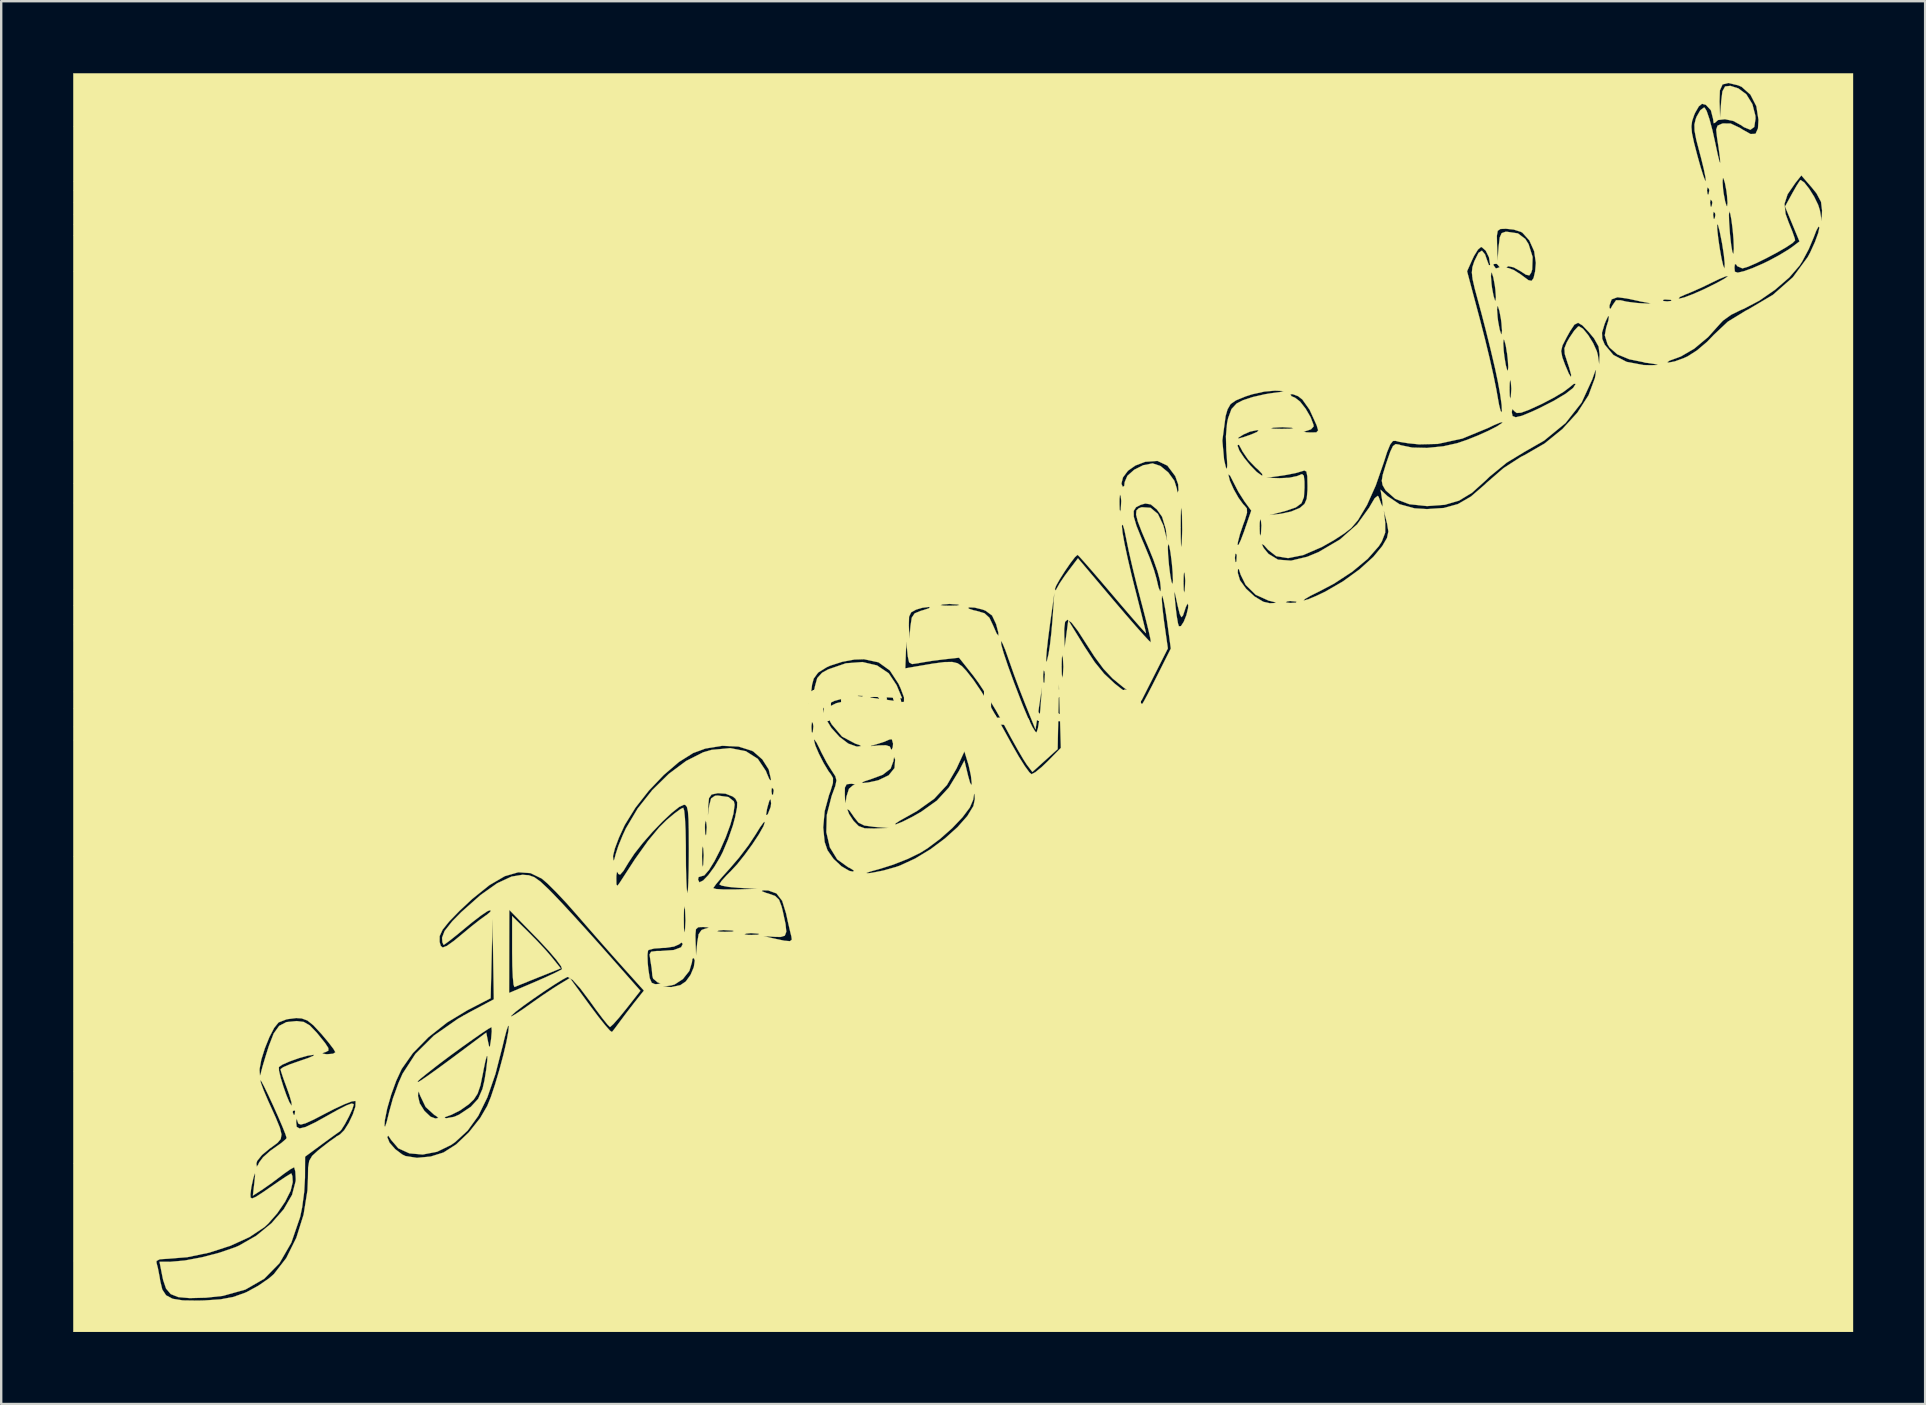
<source format=kicad_pcb>
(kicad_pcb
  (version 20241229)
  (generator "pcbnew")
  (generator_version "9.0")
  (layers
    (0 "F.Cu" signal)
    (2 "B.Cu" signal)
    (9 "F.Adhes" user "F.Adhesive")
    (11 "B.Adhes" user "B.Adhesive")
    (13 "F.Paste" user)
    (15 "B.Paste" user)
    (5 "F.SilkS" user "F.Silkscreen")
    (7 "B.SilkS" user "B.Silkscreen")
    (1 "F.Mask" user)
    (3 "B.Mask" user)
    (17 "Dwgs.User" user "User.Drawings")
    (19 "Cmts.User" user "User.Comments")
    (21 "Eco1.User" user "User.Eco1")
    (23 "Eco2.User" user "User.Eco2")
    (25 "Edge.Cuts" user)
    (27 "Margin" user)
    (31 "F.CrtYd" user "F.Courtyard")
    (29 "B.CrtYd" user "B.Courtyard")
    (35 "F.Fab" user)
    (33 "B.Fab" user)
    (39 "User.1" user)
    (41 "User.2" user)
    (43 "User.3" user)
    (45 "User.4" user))
  (footprint "farewell_logo"
    (layer "F.Cu")
    (at 37.089 26.167)
    (property "Reference" "farewell_logo" (at 0 0 0) (layer "F.SilkS") (effects (font (size 1.524 1.524) (thickness 0.3))))
    (attr through_hole)
    (fp_poly (pts (xy -18.151 9.593) (xy -17.758 9.992) (xy -17.381 10.398) (xy -17.139 10.681) (xy -16.772 11.139) (xy -17.687 11.507) (xy -18.134 11.687) (xy -18.488 11.83) (xy -18.684 11.911) (xy -18.699 11.917) (xy -18.737 11.815) (xy -18.767 11.507) (xy -18.788 11.041) (xy -18.796 10.463) (xy -18.796 8.963) (xy -18.151 9.593)) (stroke (width 0.01) (type solid)) (fill yes) (layer "F.SilkS"))
    (fp_poly (pts (xy 37.084 26.289) (xy -37.084 26.289) (xy -37.084 23.333) (xy -33.619 23.333) (xy -33.615 23.415) (xy -33.557 23.641) (xy -33.487 24.006) (xy -33.461 24.171) (xy -33.376 24.524) (xy -33.218 24.763) (xy -32.945 24.908) (xy -32.517 24.976) (xy -31.893 24.985) (xy -31.623 24.978) (xy -30.947 24.932) (xy -30.42 24.834) (xy -29.936 24.662) (xy -29.844 24.621) (xy -29.375 24.365) (xy -28.932 24.06) (xy -28.727 23.882) (xy -28.21 23.214) (xy -27.789 22.366) (xy -27.487 21.404) (xy -27.325 20.39) (xy -27.305 19.897) (xy -27.298 19.446) (xy -27.252 19.161) (xy -27.13 18.953) (xy -26.894 18.736) (xy -26.765 18.631) (xy -26.411 18.357) (xy -26.145 18.171) (xy -24.001 18.171) (xy -23.906 18.402) (xy -23.67 18.672) (xy -23.376 18.895) (xy -23.241 18.96) (xy -22.763 19.035) (xy -22.192 18.981) (xy -21.654 18.812) (xy -21.133 18.479) (xy -20.603 17.977) (xy -20.129 17.379) (xy -19.836 16.877) (xy -19.682 16.499) (xy -19.507 15.974) (xy -19.328 15.37) (xy -19.163 14.753) (xy -19.031 14.191) (xy -18.95 13.751) (xy -18.934 13.541) (xy -18.963 13.532) (xy -19.033 13.733) (xy -19.13 14.104) (xy -19.188 14.35) (xy -19.494 15.543) (xy -19.829 16.512) (xy -20.209 17.287) (xy -20.65 17.898) (xy -21.166 18.374) (xy -21.339 18.496) (xy -21.925 18.781) (xy -22.523 18.896) (xy -23.079 18.847) (xy -23.539 18.637) (xy -23.84 18.285) (xy -23.955 18.111) (xy -24.001 18.162) (xy -24.001 18.171) (xy -26.145 18.171) (xy -26.098 18.137) (xy -25.971 18.061) (xy -25.794 17.885) (xy -25.685 17.711) (xy -24.117 17.711) (xy -24.088 17.732) (xy -24.023 17.543) (xy -23.935 17.186) (xy -23.926 17.145) (xy -23.765 16.562) (xy -23.728 16.461) (xy -22.72 16.461) (xy -22.648 16.764) (xy -22.451 17.08) (xy -22.199 17.319) (xy -21.994 17.395) (xy -21.869 17.373) (xy -21.902 17.343) (xy -21.612 17.343) (xy -21.574 17.38) (xy -21.526 17.383) (xy -21.212 17.325) (xy -21.008 17.236) (xy -20.519 16.91) (xy -20.213 16.578) (xy -20.03 16.16) (xy -19.949 15.81) (xy -19.876 15.36) (xy -19.832 14.978) (xy -19.826 14.804) (xy -19.852 14.791) (xy -19.909 14.989) (xy -19.986 15.356) (xy -20.011 15.494) (xy -20.118 16.014) (xy -20.235 16.358) (xy -20.396 16.605) (xy -20.6 16.8) (xy -20.963 17.056) (xy -21.33 17.241) (xy -21.399 17.265) (xy -21.612 17.343) (xy -21.902 17.343) (xy -21.963 17.289) (xy -22.035 17.248) (xy -22.401 16.915) (xy -22.625 16.447) (xy -22.69 16.27) (xy -22.714 16.34) (xy -22.72 16.461) (xy -23.728 16.461) (xy -23.536 15.927) (xy -23.511 15.871) (xy -22.735 15.871) (xy -22.709 15.875) (xy -22.586 15.803) (xy -22.299 15.606) (xy -21.888 15.312) (xy -21.393 14.948) (xy -21.255 14.846) (xy -19.875 13.816) (xy -19.804 14.179) (xy -19.756 14.397) (xy -19.723 14.401) (xy -19.686 14.175) (xy -19.671 14.065) (xy -19.644 13.76) (xy -19.654 13.597) (xy -19.663 13.589) (xy -19.79 13.659) (xy -20.072 13.846) (xy -20.46 14.116) (xy -20.907 14.434) (xy -21.363 14.766) (xy -21.779 15.078) (xy -21.971 15.225) (xy -22.376 15.543) (xy -22.615 15.736) (xy -22.723 15.835) (xy -22.735 15.871) (xy -23.511 15.871) (xy -23.362 15.531) (xy -22.826 14.703) (xy -22.059 13.942) (xy -21.053 13.239) (xy -20.842 13.12) (xy -18.841 13.12) (xy -18.829 13.144) (xy -18.657 13.047) (xy -18.347 12.841) (xy -17.971 12.575) (xy -17.533 12.267) (xy -17.092 11.973) (xy -16.863 11.828) (xy -16.395 11.544) (xy -16.384 11.55) (xy -16.391 11.541) (xy -16.395 11.544) (xy -16.469 11.497) (xy -16.499 11.499) (xy -16.702 11.608) (xy -17.049 11.824) (xy -17.478 12.106) (xy -17.926 12.414) (xy -18.333 12.704) (xy -18.636 12.935) (xy -18.669 12.963) (xy -18.841 13.12) (xy -20.842 13.12) (xy -20.579 12.972) (xy -19.558 12.428) (xy -19.562 12.164) (xy -18.923 12.164) (xy -17.875 11.717) (xy -17.395 11.507) (xy -17.004 11.324) (xy -16.76 11.199) (xy -16.716 11.169) (xy -16.758 11.046) (xy -16.951 10.782) (xy -17.266 10.413) (xy -17.673 9.974) (xy -17.761 9.884) (xy -18.916 8.7) (xy -18.92 10.432) (xy -18.923 12.164) (xy -19.562 12.164) (xy -19.586 10.754) (xy -19.613 9.081) (xy -19.692 12.383) (xy -20.655 12.879) (xy -21.503 13.391) (xy -22.282 14.005) (xy -22.933 14.668) (xy -23.397 15.326) (xy -23.402 15.335) (xy -23.628 15.823) (xy -23.837 16.398) (xy -24.004 16.976) (xy -24.103 17.469) (xy -24.117 17.711) (xy -25.685 17.711) (xy -25.603 17.58) (xy -25.435 17.226) (xy -25.328 16.902) (xy -25.317 16.689) (xy -25.333 16.663) (xy -25.476 16.681) (xy -25.789 16.801) (xy -26.22 17.002) (xy -26.547 17.17) (xy -27.064 17.439) (xy -27.402 17.593) (xy -27.6 17.647) (xy -27.698 17.613) (xy -27.727 17.551) (xy -27.774 17.401) (xy -27.795 17.498) (xy -27.798 17.55) (xy -27.776 17.742) (xy -27.656 17.811) (xy -27.407 17.751) (xy -27 17.557) (xy -26.595 17.333) (xy -26.053 17.03) (xy -25.695 16.848) (xy -25.49 16.773) (xy -25.407 16.792) (xy -25.4 16.823) (xy -25.458 17.01) (xy -25.597 17.311) (xy -25.766 17.629) (xy -25.916 17.865) (xy -25.971 17.926) (xy -26.134 18.04) (xy -26.433 18.256) (xy -26.762 18.497) (xy -27.425 18.986) (xy -27.429 19.857) (xy -27.463 20.46) (xy -27.549 21.103) (xy -27.632 21.499) (xy -27.999 22.57) (xy -28.493 23.425) (xy -29.128 24.073) (xy -29.912 24.524) (xy -30.857 24.788) (xy -31.559 24.863) (xy -32.24 24.88) (xy -32.714 24.837) (xy -33.026 24.711) (xy -33.219 24.482) (xy -33.339 24.13) (xy -33.364 24.013) (xy -33.491 23.368) (xy -33.033 23.366) (xy -32.443 23.314) (xy -31.728 23.18) (xy -30.992 22.988) (xy -30.341 22.763) (xy -30.178 22.693) (xy -29.459 22.281) (xy -28.826 21.762) (xy -28.316 21.18) (xy -27.967 20.578) (xy -27.816 20.002) (xy -27.813 19.914) (xy -27.831 19.605) (xy -27.875 19.44) (xy -27.89 19.431) (xy -28.027 19.503) (xy -28.287 19.684) (xy -28.43 19.793) (xy -28.804 20.074) (xy -29.164 20.327) (xy -29.246 20.382) (xy -29.6 20.609) (xy -29.536 20.052) (xy -29.506 19.746) (xy -29.515 19.677) (xy -29.568 19.831) (xy -29.581 19.875) (xy -29.665 20.255) (xy -29.703 20.552) (xy -29.696 20.689) (xy -29.631 20.728) (xy -29.467 20.656) (xy -29.163 20.458) (xy -28.886 20.266) (xy -28.491 19.995) (xy -28.182 19.791) (xy -28.012 19.69) (xy -27.997 19.685) (xy -27.956 19.795) (xy -27.94 20.044) (xy -28.027 20.404) (xy -28.257 20.862) (xy -28.584 21.343) (xy -28.963 21.776) (xy -29.125 21.925) (xy -29.741 22.335) (xy -30.533 22.697) (xy -31.421 22.985) (xy -32.33 23.174) (xy -33.129 23.239) (xy -33.48 23.261) (xy -33.619 23.333) (xy -37.084 23.333) (xy -37.084 19.27) (xy -29.456 19.27) (xy -29.436 19.405) (xy -29.375 19.312) (xy -29.343 19.235) (xy -29.177 19.012) (xy -28.878 18.746) (xy -28.716 18.63) (xy -28.414 18.416) (xy -28.226 18.254) (xy -28.194 18.206) (xy -28.242 18.049) (xy -28.367 17.736) (xy -28.544 17.324) (xy -28.624 17.145) (xy -27.94 17.145) (xy -27.894 17.25) (xy -27.855 17.23) (xy -27.84 17.079) (xy -27.855 17.06) (xy -27.931 17.078) (xy -27.94 17.145) (xy -28.624 17.145) (xy -28.747 16.871) (xy -28.949 16.434) (xy -29.125 16.071) (xy -29.248 15.84) (xy -29.291 15.787) (xy -29.265 15.917) (xy -29.153 16.219) (xy -28.976 16.635) (xy -28.912 16.776) (xy -28.644 17.37) (xy -28.476 17.78) (xy -28.408 18.057) (xy -28.44 18.249) (xy -28.572 18.406) (xy -28.802 18.578) (xy -28.892 18.641) (xy -29.221 18.914) (xy -29.421 19.16) (xy -29.456 19.27) (xy -37.084 19.27) (xy -37.084 15.423) (xy -29.322 15.423) (xy -29.306 15.608) (xy -29.276 15.542) (xy -29.251 15.431) (xy -29.202 15.251) (xy -28.518 15.251) (xy -28.513 15.404) (xy -28.443 15.698) (xy -28.331 16.062) (xy -28.204 16.423) (xy -28.085 16.709) (xy -27.998 16.846) (xy -27.98 16.846) (xy -27.994 16.71) (xy -28.082 16.411) (xy -28.188 16.113) (xy -28.329 15.727) (xy -28.424 15.442) (xy -28.448 15.34) (xy -28.337 15.258) (xy -28.046 15.134) (xy -27.654 14.998) (xy -27.287 14.872) (xy -27.072 14.779) (xy -27.055 14.739) (xy -27.06 14.739) (xy -27.314 14.776) (xy -27.678 14.878) (xy -28.06 15.013) (xy -28.371 15.149) (xy -28.518 15.251) (xy -29.202 15.251) (xy -29.183 15.18) (xy -29.063 14.78) (xy -28.937 14.381) (xy -28.734 13.855) (xy -28.506 13.536) (xy -28.204 13.378) (xy -27.775 13.335) (xy -27.773 13.335) (xy -27.482 13.371) (xy -27.233 13.513) (xy -26.948 13.809) (xy -26.876 13.896) (xy -26.592 14.249) (xy -26.457 14.457) (xy -26.454 14.566) (xy -26.569 14.625) (xy -26.638 14.644) (xy -26.709 14.689) (xy -26.539 14.716) (xy -26.511 14.717) (xy -26.258 14.697) (xy -26.162 14.635) (xy -26.24 14.497) (xy -26.445 14.228) (xy -26.732 13.885) (xy -26.743 13.873) (xy -27.077 13.511) (xy -27.329 13.31) (xy -27.567 13.223) (xy -27.795 13.208) (xy -28.188 13.259) (xy -28.514 13.384) (xy -28.535 13.397) (xy -28.714 13.618) (xy -28.914 14.004) (xy -29.103 14.473) (xy -29.25 14.942) (xy -29.321 15.328) (xy -29.322 15.423) (xy -37.084 15.423) (xy -37.084 10.042) (xy -21.819 10.042) (xy -21.769 10.207) (xy -21.688 10.269) (xy -21.516 10.203) (xy -21.219 9.991) (xy -20.897 9.725) (xy -20.494 9.391) (xy -20.138 9.111) (xy -19.896 8.936) (xy -19.862 8.915) (xy -19.703 8.782) (xy -19.697 8.708) (xy -19.82 8.752) (xy -20.087 8.931) (xy -20.453 9.212) (xy -20.68 9.397) (xy -21.081 9.729) (xy -21.407 9.988) (xy -21.61 10.137) (xy -21.652 10.16) (xy -21.702 10.052) (xy -21.717 9.863) (xy -21.611 9.582) (xy -21.29 9.176) (xy -20.915 8.795) (xy -20.115 8.085) (xy -19.421 7.593) (xy -18.82 7.314) (xy -18.369 7.239) (xy -18.103 7.258) (xy -17.873 7.339) (xy -17.621 7.519) (xy -17.285 7.834) (xy -17.089 8.033) (xy -16.731 8.409) (xy -16.256 8.923) (xy -15.716 9.517) (xy -15.159 10.137) (xy -14.883 10.449) (xy -13.451 12.072) (xy -14.047 12.831) (xy -14.34 13.192) (xy -14.576 13.458) (xy -14.709 13.579) (xy -14.719 13.582) (xy -14.82 13.482) (xy -15.032 13.218) (xy -15.321 12.833) (xy -15.557 12.505) (xy -15.967 11.96) (xy -16.273 11.622) (xy -16.384 11.55) (xy -15.546 12.697) (xy -15.205 13.151) (xy -14.918 13.51) (xy -14.718 13.735) (xy -14.637 13.791) (xy -14.527 13.655) (xy -14.338 13.402) (xy -14.304 13.355) (xy -14.046 13.01) (xy -13.743 12.617) (xy -13.669 12.523) (xy -13.304 12.064) (xy -13.452 11.9) (xy -12.509 11.9) (xy -12.16 11.919) (xy -11.787 11.839) (xy -11.56 11.687) (xy -11.361 11.411) (xy -11.225 11.088) (xy -11.184 10.812) (xy -11.224 10.704) (xy -11.287 10.743) (xy -11.303 10.884) (xy -11.411 11.244) (xy -11.68 11.583) (xy -12.026 11.81) (xy -12.163 11.847) (xy -12.509 11.9) (xy -13.452 11.9) (xy -14.177 11.094) (xy -14.631 10.585) (xy -14.639 10.575) (xy -13.158 10.575) (xy -13.146 10.915) (xy -13.123 11.158) (xy -13.063 11.545) (xy -12.98 11.738) (xy -12.843 11.797) (xy -12.778 11.796) (xy -12.611 11.776) (xy -12.687 11.736) (xy -12.732 11.723) (xy -12.921 11.565) (xy -12.954 11.437) (xy -12.979 11.148) (xy -13.033 10.811) (xy -13.07 10.558) (xy -13.003 10.445) (xy -12.771 10.415) (xy -12.599 10.414) (xy -12.061 10.375) (xy -11.756 10.261) (xy -11.684 10.121) (xy -11.742 10.061) (xy -11.836 10.135) (xy -12.052 10.23) (xy -12.405 10.283) (xy -12.527 10.287) (xy -12.875 10.31) (xy -13.101 10.369) (xy -13.133 10.396) (xy -13.158 10.575) (xy -14.639 10.575) (xy -15.173 9.97) (xy -15.373 9.741) (xy -11.16 9.741) (xy -11.154 10.001) (xy -11.132 10.604) (xy -11.083 10.073) (xy -11.025 9.723) (xy -9.118 9.723) (xy -8.965 9.744) (xy -8.826 9.747) (xy -8.565 9.737) (xy -8.498 9.708) (xy -8.539 9.692) (xy -8.844 9.668) (xy -9.047 9.689) (xy -9.118 9.723) (xy -11.025 9.723) (xy -11.023 9.716) (xy -10.939 9.594) (xy -10.252 9.594) (xy -10.092 9.614) (xy -9.906 9.617) (xy -9.631 9.608) (xy -9.556 9.582) (xy -9.62 9.562) (xy -9.99 9.541) (xy -10.192 9.562) (xy -10.252 9.594) (xy -10.939 9.594) (xy -10.903 9.541) (xy -10.756 9.487) (xy -10.599 9.447) (xy -10.677 9.425) (xy -10.827 9.415) (xy -11.037 9.421) (xy -11.136 9.508) (xy -11.16 9.741) (xy -15.373 9.741) (xy -15.726 9.337) (xy -15.948 9.081) (xy -11.642 9.081) (xy -11.637 9.451) (xy -11.621 9.635) (xy -11.598 9.601) (xy -11.592 9.56) (xy -11.571 9.14) (xy -11.59 8.688) (xy -11.591 8.671) (xy -11.615 8.55) (xy -11.633 8.659) (xy -11.642 8.972) (xy -11.642 9.081) (xy -15.948 9.081) (xy -16.101 8.904) (xy -16.541 8.407) (xy -16.963 7.958) (xy -17.318 7.605) (xy -17.558 7.398) (xy -17.623 7.366) (xy -14.456 7.366) (xy -14.451 7.643) (xy -14.408 7.698) (xy -14.312 7.569) (xy -13.678 6.591) (xy -13.134 5.828) (xy -12.665 5.262) (xy -12.36 4.96) (xy -12.035 4.688) (xy -11.78 4.501) (xy -11.666 4.445) (xy -11.627 4.564) (xy -11.594 4.892) (xy -11.57 5.383) (xy -11.558 5.992) (xy -11.557 6.223) (xy -11.553 6.862) (xy -11.541 7.399) (xy -11.523 7.789) (xy -11.502 7.986) (xy -11.493 8.001) (xy -11.479 7.922) (xy -8.392 7.922) (xy -8.218 7.993) (xy -8.116 8.022) (xy -7.838 8.12) (xy -7.676 8.274) (xy -7.567 8.562) (xy -7.513 8.781) (xy -7.402 9.297) (xy -7.371 9.613) (xy -7.433 9.776) (xy -7.604 9.83) (xy -7.842 9.825) (xy -8.319 9.795) (xy -7.874 9.897) (xy -7.448 9.987) (xy -7.22 10.005) (xy -7.14 9.944) (xy -7.158 9.811) (xy -7.218 9.569) (xy -7.308 9.177) (xy -7.38 8.846) (xy -7.543 8.322) (xy -7.781 8.014) (xy -8.126 7.89) (xy -8.359 7.887) (xy -8.392 7.922) (xy -11.479 7.922) (xy -11.471 7.881) (xy -11.466 7.796) (xy -10.414 7.796) (xy -10.298 7.831) (xy -9.991 7.85) (xy -9.556 7.851) (xy -9.493 7.85) (xy -8.572 7.825) (xy -9.366 7.78) (xy -9.777 7.743) (xy -10.064 7.69) (xy -10.16 7.639) (xy -10.075 7.503) (xy -9.859 7.263) (xy -9.759 7.164) (xy -4.039 7.164) (xy -3.975 7.176) (xy -3.81 7.158) (xy -3.326 7.062) (xy -2.797 6.912) (xy -2.631 6.854) (xy -1.997 6.561) (xy -1.359 6.174) (xy -0.759 5.726) (xy -0.234 5.253) (xy 0.174 4.791) (xy 0.426 4.375) (xy 0.489 4.086) (xy 0.473 3.862) (xy 0.453 3.876) (xy 0.415 4.116) (xy 0.277 4.435) (xy -0.029 4.842) (xy -0.456 5.293) (xy -0.959 5.739) (xy -1.489 6.136) (xy -1.797 6.327) (xy -2.307 6.576) (xy -2.922 6.818) (xy -3.448 6.985) (xy -3.865 7.101) (xy -4.039 7.164) (xy -9.759 7.164) (xy -9.699 7.105) (xy -9.419 6.803) (xy -9.101 6.404) (xy -8.784 5.968) (xy -8.511 5.553) (xy -8.322 5.218) (xy -8.258 5.029) (xy -8.316 5.054) (xy -8.464 5.257) (xy -8.656 5.567) (xy -8.951 6.013) (xy -9.341 6.525) (xy -9.732 6.981) (xy -10.052 7.336) (xy -10.292 7.619) (xy -10.409 7.781) (xy -10.414 7.796) (xy -11.466 7.796) (xy -11.452 7.553) (xy -11.449 7.444) (xy -11.049 7.444) (xy -10.991 7.554) (xy -10.838 7.479) (xy -10.621 7.254) (xy -10.373 6.917) (xy -10.125 6.501) (xy -10.02 6.294) (xy -9.795 5.761) (xy -9.597 5.189) (xy -9.505 4.849) (xy -9.483 4.742) (xy -8.216 4.742) (xy -8.172 4.75) (xy -8.134 4.699) (xy -8.02 4.407) (xy -8.003 4.265) (xy -8.021 4.083) (xy -8.076 4.141) (xy -8.158 4.426) (xy -8.177 4.508) (xy -8.216 4.742) (xy -9.483 4.742) (xy -9.424 4.446) (xy -9.416 4.212) (xy -9.489 4.069) (xy -9.596 3.979) (xy -9.902 3.858) (xy -10.223 3.836) (xy -10.483 3.892) (xy -10.593 4.045) (xy -10.621 4.318) (xy -10.638 4.763) (xy -10.581 4.35) (xy -10.504 4.057) (xy -10.342 3.946) (xy -10.226 3.937) (xy -9.784 3.998) (xy -9.556 4.179) (xy -9.525 4.318) (xy -9.574 4.687) (xy -9.705 5.155) (xy -9.895 5.673) (xy -10.122 6.192) (xy -10.362 6.663) (xy -10.592 7.037) (xy -10.789 7.265) (xy -10.923 7.302) (xy -11.028 7.335) (xy -11.049 7.444) (xy -11.449 7.444) (xy -11.438 7.059) (xy -11.431 6.477) (xy -10.884 6.477) (xy -10.876 6.791) (xy -10.856 6.908) (xy -10.831 6.826) (xy -10.81 6.416) (xy -10.831 6.128) (xy -10.859 6.049) (xy -10.878 6.193) (xy -10.884 6.477) (xy -11.431 6.477) (xy -11.431 6.445) (xy -11.43 6.16) (xy -11.433 5.434) (xy -11.437 5.271) (xy -10.763 5.271) (xy -10.753 5.532) (xy -10.724 5.599) (xy -10.708 5.558) (xy -10.684 5.253) (xy -10.705 5.05) (xy -10.739 4.979) (xy -10.76 5.132) (xy -10.763 5.271) (xy -11.437 5.271) (xy -11.445 4.925) (xy -11.47 4.596) (xy -11.512 4.41) (xy -11.576 4.33) (xy -11.634 4.318) (xy -11.836 4.411) (xy -12.151 4.661) (xy -12.538 5.025) (xy -12.953 5.457) (xy -13.354 5.915) (xy -13.7 6.355) (xy -13.938 6.714) (xy -14.159 7.078) (xy -14.297 7.233) (xy -14.373 7.202) (xy -14.388 7.159) (xy -14.428 7.11) (xy -14.453 7.278) (xy -14.456 7.366) (xy -17.623 7.366) (xy -18.029 7.169) (xy -18.539 7.133) (xy -19.103 7.296) (xy -19.739 7.667) (xy -20.466 8.25) (xy -20.987 8.739) (xy -21.426 9.191) (xy -21.695 9.527) (xy -21.818 9.795) (xy -21.819 10.042) (xy -37.084 10.042) (xy -37.084 6.486) (xy -14.592 6.486) (xy -14.575 6.653) (xy -14.536 6.595) (xy -14.482 6.386) (xy -14.37 6.039) (xy -14.187 5.591) (xy -14.055 5.306) (xy -13.565 4.479) (xy -12.976 3.736) (xy -7.991 3.736) (xy -7.968 3.901) (xy -7.924 3.903) (xy -7.894 3.733) (xy -7.914 3.659) (xy -7.971 3.611) (xy -7.991 3.736) (xy -12.976 3.736) (xy -12.953 3.707) (xy -12.265 3.032) (xy -11.544 2.495) (xy -10.836 2.136) (xy -10.485 2.034) (xy -9.706 1.961) (xy -9.059 2.088) (xy -8.559 2.407) (xy -8.222 2.912) (xy -8.185 3.007) (xy -8.08 3.252) (xy -8.016 3.309) (xy -8.007 3.264) (xy -8.103 2.849) (xy -8.368 2.431) (xy -8.737 2.107) (xy -8.797 2.072) (xy -9.36 1.894) (xy -10.039 1.863) (xy -10.742 1.977) (xy -11.252 2.164) (xy -11.842 2.535) (xy -12.478 3.079) (xy -13.103 3.735) (xy -13.66 4.444) (xy -14.093 5.145) (xy -14.134 5.226) (xy -14.353 5.707) (xy -14.514 6.136) (xy -14.59 6.438) (xy -14.592 6.486) (xy -37.084 6.486) (xy -37.084 1.624) (xy -6.22 1.624) (xy -6.162 1.848) (xy -6.013 2.197) (xy -5.816 2.583) (xy -5.616 2.917) (xy -5.512 3.055) (xy -5.425 3.207) (xy -5.428 3.413) (xy -5.529 3.748) (xy -5.591 3.914) (xy -5.772 4.582) (xy -5.834 5.264) (xy -5.773 5.874) (xy -5.654 6.218) (xy -5.402 6.577) (xy -5.072 6.885) (xy -4.745 7.076) (xy -4.587 7.107) (xy -4.55 7.063) (xy -4.715 6.959) (xy -4.792 6.924) (xy -5.249 6.595) (xy -5.555 6.095) (xy -5.702 5.463) (xy -5.681 4.739) (xy -5.625 4.523) (xy -4.826 4.523) (xy -4.753 4.713) (xy -4.577 4.982) (xy -4.563 4.999) (xy -4.354 5.211) (xy -4.103 5.302) (xy -3.708 5.311) (xy -3.706 5.311) (xy -3.111 5.288) (xy -3.721 5.24) (xy -4.119 5.185) (xy -4.273 5.108) (xy -2.83 5.108) (xy -2.826 5.143) (xy -2.794 5.136) (xy -2.521 5.026) (xy -2.125 4.827) (xy -1.745 4.611) (xy -1.096 4.148) (xy -0.596 3.603) (xy -0.18 2.921) (xy 0.052 2.477) (xy 0.204 3.111) (xy 0.287 3.404) (xy 0.343 3.503) (xy 0.359 3.429) (xy 0.323 3.1) (xy 0.232 2.69) (xy 0.207 2.603) (xy 0.052 2.095) (xy -0.277 2.808) (xy -0.677 3.497) (xy -1.21 4.072) (xy -1.924 4.581) (xy -2.302 4.793) (xy -2.645 4.985) (xy -2.83 5.108) (xy -4.273 5.108) (xy -4.364 5.063) (xy -4.557 4.821) (xy -4.578 4.787) (xy -4.734 4.564) (xy -4.82 4.502) (xy -4.826 4.523) (xy -5.625 4.523) (xy -5.482 3.962) (xy -5.466 3.919) (xy -5.461 3.905) (xy -4.933 3.905) (xy -4.918 4.199) (xy -4.901 4.249) (xy -4.873 4.067) (xy -4.862 3.977) (xy -4.758 3.654) (xy -4.596 3.515) (xy -4.497 3.47) (xy -4.645 3.445) (xy -4.667 3.444) (xy -4.854 3.466) (xy -4.929 3.604) (xy -4.933 3.905) (xy -5.461 3.905) (xy -5.328 3.539) (xy -5.3 3.405) (xy -4.224 3.405) (xy -4.191 3.416) (xy -3.949 3.391) (xy -3.596 3.315) (xy -3.526 3.296) (xy -3.104 3.093) (xy -2.861 2.792) (xy -2.834 2.441) (xy -2.835 2.438) (xy -2.88 2.327) (xy -2.904 2.458) (xy -2.906 2.493) (xy -3.025 2.816) (xy -3.354 3.071) (xy -3.858 3.258) (xy -4.131 3.347) (xy -4.224 3.405) (xy -5.3 3.405) (xy -5.28 3.306) (xy -5.325 3.131) (xy -5.46 2.922) (xy -5.468 2.911) (xy -5.681 2.569) (xy -5.906 2.142) (xy -5.968 2.009) (xy -6.111 1.726) (xy -6.202 1.602) (xy -6.22 1.624) (xy -37.084 1.624) (xy -37.084 1.079) (xy -6.325 1.079) (xy -6.312 1.296) (xy -6.272 1.315) (xy -6.267 1.304) (xy -6.242 1.052) (xy -6.262 0.923) (xy -6.302 0.871) (xy -6.324 1.04) (xy -6.325 1.079) (xy -37.084 1.079) (xy -37.084 0.318) (xy -6.452 0.318) (xy -6.439 0.534) (xy -6.399 0.553) (xy -6.394 0.542) (xy -6.373 0.334) (xy -5.842 0.334) (xy -5.746 0.705) (xy -5.498 1.112) (xy -5.159 1.489) (xy -4.788 1.771) (xy -4.445 1.893) (xy -4.404 1.894) (xy -4.282 1.879) (xy -3.846 1.879) (xy -3.615 1.857) (xy -3.524 1.847) (xy -3.22 1.841) (xy -3.057 1.891) (xy -3.048 1.913) (xy -2.996 2.03) (xy -2.985 2.032) (xy -2.933 1.925) (xy -2.921 1.771) (xy -2.972 1.59) (xy -3.069 1.6) (xy -3.291 1.696) (xy -3.608 1.796) (xy -3.84 1.861) (xy -3.846 1.879) (xy -4.282 1.879) (xy -4.253 1.875) (xy -4.327 1.827) (xy -4.49 1.774) (xy -5.047 1.478) (xy -5.479 0.968) (xy -5.547 0.846) (xy -5.674 0.481) (xy -5.592 0.238) (xy -5.283 0.087) (xy -5.118 0.05) (xy -4.854 -0.018) (xy -4.769 -0.079) (xy -4.793 -0.094) (xy -5.045 -0.097) (xy -5.365 -0.009) (xy -5.659 0.133) (xy -5.829 0.287) (xy -5.842 0.334) (xy -6.373 0.334) (xy -6.369 0.29) (xy -6.389 0.161) (xy -6.429 0.109) (xy -6.451 0.278) (xy -6.452 0.318) (xy -37.084 0.318) (xy -37.084 -0.38) (xy -6.336 -0.38) (xy -6.326 -0.193) (xy -6.319 -0.18) (xy -6.262 -0.25) (xy -6.198 -0.5) (xy -6.179 -0.606) (xy -6.082 -0.956) (xy -5.88 -1.179) (xy -5.624 -1.321) (xy -4.887 -1.575) (xy -4.197 -1.627) (xy -3.591 -1.486) (xy -3.104 -1.16) (xy -2.775 -0.664) (xy -2.548 -0.122) (xy -4.636 -0.242) (xy -3.684 -0.121) (xy -3.208 -0.057) (xy -2.828 0.000156) (xy -2.617 0.04) (xy -2.605 0.044) (xy -2.465 0.033) (xy -2.465 -0.156) (xy -2.607 -0.536) (xy -2.692 -0.72) (xy -3.057 -1.279) (xy -3.176 -1.364) (xy -2.413 -1.364) (xy -1.937 -1.447) (xy -1.262 -1.562) (xy -0.786 -1.625) (xy -0.46 -1.631) (xy -0.233 -1.577) (xy -0.054 -1.456) (xy 0.126 -1.266) (xy 0.133 -1.257) (xy 0.426 -0.884) (xy 0.761 -0.39) (xy 1.155 0.254) (xy 1.628 1.078) (xy 2.031 1.81) (xy 2.315 2.308) (xy 2.568 2.71) (xy 2.759 2.971) (xy 2.851 3.048) (xy 3.011 2.963) (xy 3.279 2.743) (xy 3.534 2.499) (xy 4.073 1.949) (xy 4.032 0.625) (xy 3.991 -0.699) (xy 3.964 0.652) (xy 3.937 2.002) (xy 2.884 2.954) (xy 2.655 2.652) (xy 2.506 2.421) (xy 2.272 2.022) (xy 1.989 1.515) (xy 1.72 1.016) (xy 1.372 0.395) (xy 0.993 -0.229) (xy 0.635 -0.771) (xy 0.42 -1.063) (xy -0.172 -1.809) (xy -0.816 -1.738) (xy -1.287 -1.678) (xy -1.724 -1.608) (xy -1.865 -1.581) (xy -2.128 -1.542) (xy -2.252 -1.614) (xy -2.306 -1.858) (xy -2.32 -1.986) (xy -2.37 -2.477) (xy -2.392 -1.92) (xy -2.413 -1.364) (xy -3.176 -1.364) (xy -3.528 -1.616) (xy -4.131 -1.745) (xy -4.524 -1.733) (xy -5.033 -1.64) (xy -5.538 -1.478) (xy -5.693 -1.408) (xy -6.046 -1.187) (xy -6.229 -0.936) (xy -6.296 -0.693) (xy -6.336 -0.38) (xy -37.084 -0.38) (xy -37.084 -2.505) (xy 1.574 -2.505) (xy 1.585 -2.356) (xy 1.686 -2) (xy 1.866 -1.464) (xy 2.117 -0.774) (xy 2.429 0.041) (xy 2.502 0.225) (xy 2.705 0.709) (xy 2.882 1.076) (xy 3.011 1.281) (xy 3.059 1.305) (xy 3.115 1.137) (xy 3.172 0.789) (xy 3.218 0.336) (xy 3.219 0.318) (xy 3.286 -0.572) (xy 3.15 0.304) (xy 3.014 1.18) (xy 2.599 0.152) (xy 2.361 -0.456) (xy 2.152 -1.016) (xy 3.331 -1.016) (xy 3.345 -0.785) (xy 3.378 -0.758) (xy 3.39 -0.794) (xy 3.409 -1.116) (xy 3.39 -1.238) (xy 3.353 -1.278) (xy 3.333 -1.102) (xy 3.331 -1.016) (xy 2.152 -1.016) (xy 2.119 -1.105) (xy 1.994 -1.46) (xy 4.103 -1.46) (xy 4.11 -1.123) (xy 4.129 -0.975) (xy 4.155 -1.045) (xy 4.177 -1.432) (xy 4.156 -1.807) (xy 4.13 -1.912) (xy 4.111 -1.79) (xy 4.103 -1.466) (xy 4.103 -1.46) (xy 1.994 -1.46) (xy 1.922 -1.664) (xy 1.904 -1.716) (xy 1.878 -1.791) (xy 3.457 -1.791) (xy 3.459 -1.63) (xy 3.49 -1.669) (xy 3.553 -1.934) (xy 3.56 -1.968) (xy 3.619 -2.348) (xy 3.679 -2.873) (xy 3.691 -3.013) (xy 4.21 -3.013) (xy 4.212 -2.731) (xy 4.229 -2.223) (xy 4.305 -2.794) (xy 4.381 -3.365) (xy 5.065 -2.255) (xy 5.482 -1.621) (xy 5.874 -1.14) (xy 6.312 -0.73) (xy 6.589 -0.512) (xy 6.978 -0.222) (xy 7.279 -0.001) (xy 7.444 0.114) (xy 7.46 0.123) (xy 7.526 0.019) (xy 7.679 -0.265) (xy 7.895 -0.682) (xy 8.072 -1.031) (xy 8.654 -2.19) (xy 8.5 -3.32) (xy 8.426 -3.81) (xy 8.357 -4.179) (xy 8.304 -4.375) (xy 8.286 -4.391) (xy 8.276 -4.247) (xy 8.3 -3.914) (xy 8.353 -3.454) (xy 8.378 -3.264) (xy 8.53 -2.195) (xy 7.98 -1.107) (xy 7.429 -0.018) (xy 6.66 -0.588) (xy 6.228 -0.943) (xy 5.85 -1.344) (xy 5.47 -1.858) (xy 5.146 -2.361) (xy 4.783 -2.925) (xy 4.52 -3.267) (xy 4.346 -3.392) (xy 4.247 -3.306) (xy 4.21 -3.013) (xy 3.691 -3.013) (xy 3.727 -3.438) (xy 3.731 -3.493) (xy 3.8 -4.508) (xy 3.621 -3.239) (xy 3.54 -2.62) (xy 3.484 -2.13) (xy 3.457 -1.791) (xy 1.878 -1.791) (xy 1.76 -2.123) (xy 1.643 -2.405) (xy 1.577 -2.507) (xy 1.574 -2.505) (xy -37.084 -2.505) (xy -37.084 -3.175) (xy -2.265 -3.175) (xy -2.264 -3.146) (xy -2.242 -2.603) (xy -2.194 -3.132) (xy -2.142 -3.476) (xy -2.021 -3.656) (xy -1.759 -3.763) (xy -1.676 -3.786) (xy -1.433 -3.865) (xy -1.394 -3.904) (xy 0.221 -3.904) (xy 0.229 -3.852) (xy 0.435 -3.784) (xy 0.553 -3.759) (xy 0.89 -3.66) (xy 1.094 -3.472) (xy 1.24 -3.165) (xy 1.391 -2.821) (xy 1.471 -2.719) (xy 1.467 -2.855) (xy 1.373 -3.21) (xy 1.204 -3.569) (xy 0.927 -3.771) (xy 0.804 -3.817) (xy 0.474 -3.898) (xy 0.236 -3.908) (xy 0.221 -3.904) (xy -1.394 -3.904) (xy -1.382 -3.917) (xy -1.42 -3.924) (xy -1.7 -3.89) (xy -1.96 -3.813) (xy -2.167 -3.701) (xy -2.255 -3.517) (xy -2.265 -3.175) (xy -37.084 -3.175) (xy -37.084 -3.999) (xy -0.944 -3.999) (xy -0.806 -3.979) (xy -0.572 -3.973) (xy -0.27 -3.981) (xy -0.16 -4.004) (xy -0.221 -4.026) (xy -0.569 -4.049) (xy -0.856 -4.028) (xy -0.944 -3.999) (xy -37.084 -3.999) (xy -37.084 -4.667) (xy 3.82 -4.667) (xy 3.858 -4.611) (xy 3.904 -4.699) (xy 4.02 -4.906) (xy 4.235 -5.223) (xy 4.381 -5.42) (xy 4.784 -5.951) (xy 6.283 -4.179) (xy 6.761 -3.619) (xy 7.18 -3.136) (xy 7.515 -2.76) (xy 7.738 -2.521) (xy 7.823 -2.447) (xy 7.807 -2.578) (xy 7.735 -2.907) (xy 7.616 -3.388) (xy 7.464 -3.976) (xy 7.422 -4.133) (xy 7.311 -4.56) (xy 8.802 -4.56) (xy 8.807 -4.411) (xy 8.842 -4.024) (xy 8.844 -4) (xy 8.894 -3.573) (xy 8.95 -3.247) (xy 8.99 -3.116) (xy 9.077 -3.126) (xy 9.193 -3.305) (xy 9.302 -3.578) (xy 9.372 -3.867) (xy 9.381 -4) (xy 9.349 -4.065) (xy 9.275 -3.91) (xy 9.243 -3.81) (xy 9.16 -3.564) (xy 9.094 -3.497) (xy 9.026 -3.63) (xy 8.938 -3.984) (xy 8.892 -4.198) (xy 8.829 -4.484) (xy 8.802 -4.56) (xy 7.311 -4.56) (xy 7.235 -4.851) (xy 7.056 -5.582) (xy 6.904 -6.241) (xy 6.803 -6.731) (xy 6.718 -7.141) (xy 6.654 -7.348) (xy 6.619 -7.332) (xy 6.615 -7.274) (xy 6.642 -7.013) (xy 6.724 -6.559) (xy 6.851 -5.965) (xy 7.01 -5.283) (xy 7.112 -4.874) (xy 7.283 -4.2) (xy 7.43 -3.618) (xy 7.541 -3.168) (xy 7.607 -2.894) (xy 7.62 -2.83) (xy 7.543 -2.905) (xy 7.328 -3.143) (xy 7.003 -3.516) (xy 6.594 -3.992) (xy 6.215 -4.437) (xy 5.753 -4.98) (xy 5.349 -5.449) (xy 5.032 -5.812) (xy 4.829 -6.036) (xy 4.767 -6.096) (xy 4.658 -5.998) (xy 4.468 -5.75) (xy 4.243 -5.423) (xy 4.029 -5.086) (xy 3.873 -4.809) (xy 3.82 -4.667) (xy -37.084 -4.667) (xy -37.084 -8.255) (xy 6.512 -8.255) (xy 6.521 -7.98) (xy 6.547 -7.905) (xy 6.554 -7.927) (xy 7.106 -7.927) (xy 7.11 -7.682) (xy 7.221 -7.305) (xy 7.442 -6.756) (xy 7.557 -6.489) (xy 7.771 -5.969) (xy 7.949 -5.473) (xy 8.058 -5.095) (xy 8.068 -5.048) (xy 8.139 -4.743) (xy 8.206 -4.58) (xy 8.22 -4.572) (xy 8.24 -4.682) (xy 8.211 -4.955) (xy 8.195 -5.048) (xy 8.099 -5.406) (xy 7.93 -5.889) (xy 7.725 -6.397) (xy 7.72 -6.409) (xy 8.528 -6.409) (xy 8.54 -6.082) (xy 8.577 -5.656) (xy 8.63 -5.242) (xy 8.683 -4.962) (xy 8.725 -4.873) (xy 8.726 -4.874) (xy 8.736 -4.953) (xy 9.182 -4.953) (xy 9.19 -4.639) (xy 9.21 -4.522) (xy 9.235 -4.604) (xy 9.256 -5.014) (xy 9.235 -5.302) (xy 9.218 -5.351) (xy 11.441 -5.351) (xy 11.535 -5.034) (xy 11.791 -4.682) (xy 12.139 -4.361) (xy 12.508 -4.139) (xy 12.78 -4.077) (xy 13.012 -4.089) (xy 13.017 -4.112) (xy 13.444 -4.112) (xy 13.613 -4.09) (xy 13.652 -4.089) (xy 13.869 -4.102) (xy 13.888 -4.142) (xy 13.877 -4.147) (xy 13.625 -4.172) (xy 13.496 -4.152) (xy 13.444 -4.112) (xy 13.017 -4.112) (xy 13.018 -4.115) (xy 12.789 -4.174) (xy 12.723 -4.19) (xy 12.717 -4.193) (xy 14.185 -4.193) (xy 14.196 -4.191) (xy 14.388 -4.245) (xy 14.726 -4.387) (xy 15.091 -4.561) (xy 15.828 -4.988) (xy 16.517 -5.488) (xy 17.094 -6.009) (xy 17.465 -6.459) (xy 17.662 -6.796) (xy 17.721 -7.066) (xy 17.668 -7.398) (xy 17.657 -7.44) (xy 17.53 -7.938) (xy 17.588 -7.432) (xy 17.587 -7.019) (xy 17.446 -6.652) (xy 17.318 -6.452) (xy 16.858 -5.928) (xy 16.214 -5.392) (xy 15.451 -4.893) (xy 14.859 -4.581) (xy 14.483 -4.394) (xy 14.244 -4.256) (xy 14.185 -4.193) (xy 12.717 -4.193) (xy 12.192 -4.431) (xy 11.774 -4.842) (xy 11.566 -5.264) (xy 11.489 -5.501) (xy 11.453 -5.507) (xy 11.441 -5.351) (xy 9.218 -5.351) (xy 9.207 -5.381) (xy 9.188 -5.237) (xy 9.182 -4.953) (xy 8.736 -4.953) (xy 8.744 -5.021) (xy 8.732 -5.348) (xy 8.695 -5.774) (xy 8.67 -5.969) (xy 11.323 -5.969) (xy 11.343 -5.789) (xy 11.387 -5.81) (xy 11.404 -6.07) (xy 11.387 -6.128) (xy 11.341 -6.144) (xy 11.323 -5.969) (xy 8.67 -5.969) (xy 8.642 -6.188) (xy 8.589 -6.468) (xy 8.547 -6.557) (xy 8.546 -6.556) (xy 8.528 -6.409) (xy 7.72 -6.409) (xy 7.719 -6.41) (xy 7.448 -7.043) (xy 7.279 -7.485) (xy 7.206 -7.772) (xy 7.222 -7.944) (xy 7.322 -8.038) (xy 7.444 -8.079) (xy 7.81 -8.055) (xy 8.114 -7.8) (xy 8.337 -7.331) (xy 8.375 -7.192) (xy 8.503 -6.668) (xy 8.447 -7.169) (xy 8.425 -7.239) (xy 9.064 -7.239) (xy 9.068 -6.771) (xy 9.078 -6.49) (xy 9.093 -6.42) (xy 9.111 -6.572) (xy 9.129 -7.13) (xy 9.12 -7.726) (xy 9.111 -7.906) (xy 9.092 -8.06) (xy 9.077 -7.982) (xy 9.067 -7.695) (xy 9.064 -7.239) (xy 8.425 -7.239) (xy 8.289 -7.684) (xy 8.072 -7.988) (xy 7.818 -8.197) (xy 7.592 -8.234) (xy 7.401 -8.181) (xy 7.204 -8.08) (xy 7.106 -7.927) (xy 6.554 -7.927) (xy 6.567 -7.969) (xy 6.588 -8.339) (xy 6.567 -8.541) (xy 6.535 -8.601) (xy 6.515 -8.441) (xy 6.512 -8.255) (xy -37.084 -8.255) (xy -37.084 -9.06) (xy 6.593 -9.06) (xy 6.652 -8.926) (xy 6.713 -8.967) (xy 6.731 -9.125) (xy 6.843 -9.387) (xy 7.127 -9.64) (xy 7.504 -9.83) (xy 7.894 -9.906) (xy 8.219 -9.799) (xy 8.547 -9.53) (xy 8.801 -9.18) (xy 8.905 -8.849) (xy 8.927 -8.685) (xy 8.971 -8.767) (xy 8.976 -8.786) (xy 8.959 -9.041) (xy 8.842 -9.367) (xy 8.833 -9.386) (xy 8.803 -9.425) (xy 11.054 -9.425) (xy 11.115 -9.179) (xy 11.273 -8.826) (xy 11.477 -8.466) (xy 11.674 -8.196) (xy 11.724 -8.147) (xy 11.823 -8.026) (xy 11.829 -7.849) (xy 11.739 -7.545) (xy 11.67 -7.361) (xy 11.534 -6.959) (xy 11.449 -6.628) (xy 11.434 -6.507) (xy 11.473 -6.505) (xy 11.487 -6.534) (xy 12.446 -6.534) (xy 12.525 -6.377) (xy 12.716 -6.143) (xy 12.722 -6.136) (xy 13.121 -5.893) (xy 13.663 -5.852) (xy 14.339 -6.014) (xy 14.814 -6.211) (xy 15.7 -6.732) (xy 16.419 -7.366) (xy 16.93 -8.076) (xy 16.953 -8.12) (xy 17.15 -8.454) (xy 17.277 -8.554) (xy 17.315 -8.509) (xy 17.431 -8.186) (xy 17.485 -8.104) (xy 17.478 -8.259) (xy 17.462 -8.374) (xy 17.396 -8.81) (xy 17.683 -8.541) (xy 18.184 -8.204) (xy 18.814 -8.032) (xy 19.329 -8.001) (xy 20.036 -8.048) (xy 20.621 -8.211) (xy 21.162 -8.524) (xy 21.738 -9.022) (xy 21.812 -9.095) (xy 22.521 -9.709) (xy 23.241 -10.174) (xy 23.402 -10.255) (xy 24.228 -10.732) (xy 24.973 -11.336) (xy 25.598 -12.022) (xy 26.063 -12.745) (xy 26.328 -13.461) (xy 26.352 -13.592) (xy 26.376 -13.795) (xy 26.346 -13.775) (xy 26.255 -13.522) (xy 26.219 -13.414) (xy 25.771 -12.438) (xy 25.101 -11.585) (xy 24.209 -10.855) (xy 23.38 -10.38) (xy 22.652 -9.938) (xy 21.938 -9.354) (xy 21.781 -9.201) (xy 21.204 -8.682) (xy 20.661 -8.353) (xy 20.072 -8.181) (xy 19.356 -8.128) (xy 19.317 -8.128) (xy 18.591 -8.206) (xy 18.009 -8.428) (xy 17.611 -8.778) (xy 17.588 -8.812) (xy 17.48 -9) (xy 17.445 -9.184) (xy 17.487 -9.437) (xy 17.609 -9.836) (xy 17.649 -9.959) (xy 17.799 -10.391) (xy 17.911 -10.626) (xy 18.023 -10.71) (xy 18.172 -10.687) (xy 18.241 -10.662) (xy 18.716 -10.564) (xy 19.335 -10.55) (xy 20.007 -10.618) (xy 20.583 -10.746) (xy 21.004 -10.889) (xy 21.463 -11.073) (xy 21.898 -11.269) (xy 22.248 -11.449) (xy 22.452 -11.584) (xy 22.479 -11.625) (xy 22.378 -11.608) (xy 22.116 -11.499) (xy 21.87 -11.38) (xy 20.802 -10.94) (xy 19.773 -10.717) (xy 19.002 -10.699) (xy 18.554 -10.744) (xy 18.191 -10.801) (xy 18.026 -10.844) (xy 17.911 -10.841) (xy 17.798 -10.699) (xy 17.666 -10.379) (xy 17.526 -9.942) (xy 17.194 -8.986) (xy 16.829 -8.172) (xy 16.452 -7.542) (xy 16.173 -7.214) (xy 15.878 -6.984) (xy 15.445 -6.703) (xy 14.965 -6.431) (xy 14.945 -6.42) (xy 14.172 -6.085) (xy 13.54 -5.958) (xy 13.046 -6.04) (xy 12.709 -6.304) (xy 12.535 -6.499) (xy 12.448 -6.545) (xy 12.446 -6.534) (xy 11.487 -6.534) (xy 11.569 -6.702) (xy 11.704 -7.058) (xy 11.723 -7.112) (xy 11.766 -7.239) (xy 12.354 -7.239) (xy 12.363 -6.964) (xy 12.389 -6.889) (xy 12.409 -6.953) (xy 12.43 -7.323) (xy 12.409 -7.525) (xy 12.377 -7.585) (xy 12.357 -7.425) (xy 12.354 -7.239) (xy 11.766 -7.239) (xy 12.006 -7.938) (xy 11.723 -8.324) (xy 11.467 -8.726) (xy 11.249 -9.15) (xy 11.249 -9.15) (xy 11.17 -9.307) (xy 12.636 -9.307) (xy 13.185 -9.289) (xy 13.587 -9.307) (xy 13.916 -9.376) (xy 13.978 -9.402) (xy 14.123 -9.459) (xy 14.196 -9.392) (xy 14.222 -9.152) (xy 14.224 -8.899) (xy 14.201 -8.504) (xy 14.099 -8.246) (xy 13.865 -8.073) (xy 13.451 -7.93) (xy 13.247 -7.876) (xy 12.764 -7.751) (xy 13.253 -7.807) (xy 13.664 -7.897) (xy 14.017 -8.043) (xy 14.047 -8.062) (xy 14.226 -8.216) (xy 14.318 -8.431) (xy 14.349 -8.787) (xy 14.351 -8.97) (xy 14.342 -9.37) (xy 14.303 -9.567) (xy 14.217 -9.61) (xy 14.129 -9.582) (xy 13.875 -9.507) (xy 13.484 -9.429) (xy 13.271 -9.395) (xy 12.636 -9.307) (xy 11.17 -9.307) (xy 11.129 -9.388) (xy 11.06 -9.45) (xy 11.054 -9.425) (xy 8.803 -9.425) (xy 8.51 -9.814) (xy 8.098 -10.009) (xy 7.587 -9.973) (xy 7.176 -9.817) (xy 6.867 -9.599) (xy 6.659 -9.322) (xy 6.593 -9.06) (xy -37.084 -9.06) (xy -37.084 -10.857) (xy 10.8 -10.857) (xy 10.874 -10.049) (xy 10.948 -9.739) (xy 10.992 -9.671) (xy 11.006 -9.834) (xy 10.986 -10.218) (xy 10.966 -10.446) (xy 10.961 -10.637) (xy 11.435 -10.637) (xy 11.512 -10.432) (xy 11.71 -10.135) (xy 11.97 -9.818) (xy 12.23 -9.551) (xy 12.431 -9.407) (xy 12.471 -9.398) (xy 12.461 -9.468) (xy 12.294 -9.645) (xy 12.185 -9.741) (xy 11.875 -10.063) (xy 11.636 -10.414) (xy 11.609 -10.471) (xy 11.494 -10.682) (xy 11.438 -10.671) (xy 11.435 -10.637) (xy 10.961 -10.637) (xy 10.953 -10.938) (xy 11.464 -10.938) (xy 11.685 -10.999) (xy 12.002 -11.109) (xy 12.251 -11.217) (xy 12.31 -11.283) (xy 12.255 -11.293) (xy 11.956 -11.231) (xy 11.684 -11.113) (xy 11.466 -10.976) (xy 11.464 -10.938) (xy 10.953 -10.938) (xy 10.95 -11.029) (xy 10.98 -11.369) (xy 12.82 -11.369) (xy 12.943 -11.35) (xy 13.266 -11.342) (xy 13.271 -11.342) (xy 13.609 -11.349) (xy 13.757 -11.368) (xy 13.687 -11.394) (xy 13.3 -11.416) (xy 12.925 -11.395) (xy 12.82 -11.369) (xy 10.98 -11.369) (xy 10.998 -11.579) (xy 11.042 -11.789) (xy 11.183 -12.171) (xy 11.396 -12.401) (xy 11.66 -12.537) (xy 12.068 -12.671) (xy 12.567 -12.785) (xy 13.632 -12.785) (xy 13.683 -12.705) (xy 13.836 -12.639) (xy 14.038 -12.483) (xy 14.273 -12.183) (xy 14.478 -11.832) (xy 14.596 -11.522) (xy 14.605 -11.444) (xy 14.497 -11.327) (xy 14.319 -11.266) (xy 14.187 -11.226) (xy 14.295 -11.202) (xy 14.443 -11.193) (xy 14.717 -11.198) (xy 14.794 -11.282) (xy 14.732 -11.494) (xy 14.487 -12.033) (xy 22.862 -12.033) (xy 22.896 -11.878) (xy 23.026 -11.828) (xy 23.287 -11.89) (xy 23.717 -12.069) (xy 23.985 -12.193) (xy 24.615 -12.513) (xy 25.103 -12.804) (xy 25.418 -13.047) (xy 25.527 -13.217) (xy 25.452 -13.224) (xy 25.272 -13.08) (xy 25.261 -13.069) (xy 25.021 -12.889) (xy 24.626 -12.652) (xy 24.151 -12.403) (xy 24.043 -12.351) (xy 23.558 -12.13) (xy 23.25 -12.019) (xy 23.071 -12.006) (xy 22.977 -12.077) (xy 22.886 -12.176) (xy 22.862 -12.037) (xy 22.862 -12.033) (xy 14.487 -12.033) (xy 14.438 -12.142) (xy 14.137 -12.567) (xy 13.958 -12.707) (xy 13.731 -12.793) (xy 13.632 -12.785) (xy 12.567 -12.785) (xy 12.576 -12.787) (xy 12.827 -12.828) (xy 13.208 -12.881) (xy 13.351 -12.91) (xy 13.27 -12.926) (xy 12.991 -12.937) (xy 12.558 -12.9) (xy 12.044 -12.786) (xy 11.766 -12.696) (xy 11.37 -12.534) (xy 11.144 -12.378) (xy 11.017 -12.157) (xy 10.936 -11.878) (xy 10.8 -10.857) (xy -37.084 -10.857) (xy -37.084 -17.913) (xy 20.999 -17.913) (xy 21.547 -15.855) (xy 21.748 -15.074) (xy 21.938 -14.288) (xy 22.1 -13.568) (xy 22.218 -12.987) (xy 22.256 -12.772) (xy 22.331 -12.35) (xy 22.397 -12.093) (xy 22.443 -12.035) (xy 22.454 -12.082) (xy 22.442 -12.337) (xy 22.381 -12.775) (xy 22.337 -13.018) (xy 22.769 -13.018) (xy 22.777 -12.716) (xy 22.8 -12.606) (xy 22.822 -12.667) (xy 22.845 -13.015) (xy 22.824 -13.302) (xy 22.795 -13.39) (xy 22.775 -13.252) (xy 22.769 -13.018) (xy 22.337 -13.018) (xy 22.28 -13.33) (xy 22.168 -13.86) (xy 21.991 -14.614) (xy 21.914 -14.925) (xy 22.506 -14.925) (xy 22.525 -14.609) (xy 22.553 -14.362) (xy 22.612 -14.007) (xy 22.669 -13.796) (xy 22.699 -13.767) (xy 22.717 -13.916) (xy 22.698 -14.233) (xy 22.669 -14.478) (xy 22.651 -14.587) (xy 24.919 -14.587) (xy 24.968 -14.328) (xy 25.076 -14.032) (xy 25.238 -13.649) (xy 25.33 -13.505) (xy 25.339 -13.593) (xy 25.253 -13.905) (xy 25.186 -14.102) (xy 25.072 -14.46) (xy 25.058 -14.703) (xy 25.156 -14.95) (xy 25.268 -15.145) (xy 25.464 -15.435) (xy 25.621 -15.604) (xy 25.66 -15.621) (xy 25.829 -15.517) (xy 26.045 -15.256) (xy 26.254 -14.917) (xy 26.407 -14.579) (xy 26.45 -14.415) (xy 26.505 -14.034) (xy 26.524 -14.446) (xy 26.48 -14.778) (xy 26.29 -15.118) (xy 26.094 -15.354) (xy 26.622 -15.354) (xy 26.632 -15.099) (xy 26.737 -14.851) (xy 27.097 -14.424) (xy 27.647 -14.137) (xy 28.357 -14.004) (xy 28.639 -13.997) (xy 28.903 -14.003) (xy 28.952 -14.019) (xy 28.773 -14.055) (xy 28.474 -14.1) (xy 28.362 -14.123) (xy 29.342 -14.123) (xy 29.392 -14.106) (xy 29.65 -14.154) (xy 30.018 -14.287) (xy 30.191 -14.365) (xy 30.581 -14.614) (xy 31.008 -14.976) (xy 31.278 -15.258) (xy 31.866 -15.811) (xy 32.621 -16.273) (xy 32.716 -16.32) (xy 33.745 -16.929) (xy 34.578 -17.662) (xy 35.195 -18.501) (xy 35.299 -18.694) (xy 35.497 -19.13) (xy 35.635 -19.508) (xy 35.683 -19.737) (xy 35.646 -19.777) (xy 35.554 -19.611) (xy 35.451 -19.342) (xy 35.238 -18.836) (xy 34.967 -18.326) (xy 34.851 -18.145) (xy 34.424 -17.652) (xy 33.839 -17.146) (xy 33.183 -16.691) (xy 32.539 -16.352) (xy 32.417 -16.303) (xy 32.008 -16.102) (xy 31.667 -15.858) (xy 31.566 -15.752) (xy 31.044 -15.17) (xy 30.469 -14.689) (xy 29.909 -14.362) (xy 29.725 -14.293) (xy 29.442 -14.191) (xy 29.342 -14.123) (xy 28.362 -14.123) (xy 27.76 -14.245) (xy 27.261 -14.451) (xy 26.94 -14.733) (xy 26.855 -14.87) (xy 26.739 -15.244) (xy 26.797 -15.559) (xy 26.889 -15.857) (xy 26.915 -16.042) (xy 26.873 -16.033) (xy 26.777 -15.833) (xy 26.727 -15.705) (xy 26.622 -15.354) (xy 26.094 -15.354) (xy 26.079 -15.372) (xy 25.81 -15.656) (xy 25.627 -15.766) (xy 25.473 -15.689) (xy 25.288 -15.41) (xy 25.144 -15.151) (xy 24.975 -14.821) (xy 24.919 -14.587) (xy 22.651 -14.587) (xy 22.61 -14.832) (xy 22.552 -15.043) (xy 22.523 -15.072) (xy 22.506 -14.925) (xy 21.914 -14.925) (xy 21.785 -15.446) (xy 21.582 -16.229) (xy 21.558 -16.315) (xy 22.247 -16.315) (xy 22.27 -16.004) (xy 22.294 -15.817) (xy 22.357 -15.485) (xy 22.416 -15.301) (xy 22.44 -15.286) (xy 22.457 -15.435) (xy 22.434 -15.746) (xy 22.41 -15.933) (xy 22.347 -16.265) (xy 22.309 -16.383) (xy 26.934 -16.383) (xy 26.975 -16.338) (xy 27.06 -16.492) (xy 27.209 -16.706) (xy 27.401 -16.703) (xy 27.655 -16.644) (xy 28.047 -16.594) (xy 28.258 -16.578) (xy 28.552 -16.566) (xy 28.649 -16.573) (xy 28.575 -16.591) (xy 28.25 -16.652) (xy 28.146 -16.675) (xy 29.162 -16.675) (xy 29.337 -16.657) (xy 29.517 -16.677) (xy 29.496 -16.721) (xy 29.236 -16.738) (xy 29.178 -16.721) (xy 29.162 -16.675) (xy 28.146 -16.675) (xy 27.827 -16.744) (xy 27.698 -16.773) (xy 27.65 -16.78) (xy 29.816 -16.78) (xy 29.849 -16.773) (xy 30.05 -16.821) (xy 30.408 -16.957) (xy 30.854 -17.153) (xy 30.96 -17.204) (xy 31.387 -17.416) (xy 31.708 -17.592) (xy 31.868 -17.7) (xy 31.877 -17.714) (xy 31.775 -17.7) (xy 31.511 -17.591) (xy 31.214 -17.448) (xy 30.756 -17.227) (xy 30.31 -17.03) (xy 30.103 -16.947) (xy 29.866 -16.842) (xy 29.816 -16.78) (xy 27.65 -16.78) (xy 27.268 -16.831) (xy 27.024 -16.742) (xy 26.935 -16.49) (xy 26.934 -16.383) (xy 22.309 -16.383) (xy 22.288 -16.449) (xy 22.264 -16.464) (xy 22.247 -16.315) (xy 21.558 -16.315) (xy 21.483 -16.59) (xy 21.324 -17.176) (xy 21.231 -17.58) (xy 21.216 -17.712) (xy 21.993 -17.712) (xy 22.016 -17.401) (xy 22.04 -17.214) (xy 22.103 -16.882) (xy 22.162 -16.698) (xy 22.186 -16.683) (xy 22.203 -16.832) (xy 22.18 -17.143) (xy 22.156 -17.33) (xy 22.093 -17.662) (xy 22.034 -17.846) (xy 22.01 -17.861) (xy 21.993 -17.712) (xy 21.216 -17.712) (xy 21.199 -17.862) (xy 21.222 -18.083) (xy 21.294 -18.304) (xy 21.307 -18.336) (xy 21.476 -18.679) (xy 21.619 -18.772) (xy 21.748 -18.615) (xy 21.829 -18.383) (xy 21.908 -18.172) (xy 21.955 -18.166) (xy 21.956 -18.168) (xy 22.098 -18.168) (xy 22.19 -18.039) (xy 22.225 -18.034) (xy 22.349 -18.077) (xy 22.352 -18.09) (xy 22.263 -18.198) (xy 22.225 -18.224) (xy 22.108 -18.214) (xy 22.098 -18.168) (xy 21.956 -18.168) (xy 21.96 -18.201) (xy 21.912 -18.498) (xy 21.777 -18.772) (xy 21.611 -18.918) (xy 21.579 -18.923) (xy 21.454 -18.817) (xy 21.289 -18.552) (xy 21.225 -18.418) (xy 20.999 -17.913) (xy -37.084 -17.913) (xy -37.084 -19.393) (xy 22.241 -19.393) (xy 22.248 -19.018) (xy 22.271 -18.352) (xy 22.318 -18.955) (xy 22.362 -19.322) (xy 22.441 -19.5) (xy 22.594 -19.556) (xy 22.666 -19.558) (xy 23.118 -19.491) (xy 23.425 -19.261) (xy 23.563 -19.041) (xy 23.731 -18.508) (xy 23.712 -17.982) (xy 23.672 -17.855) (xy 23.594 -17.74) (xy 23.454 -17.769) (xy 23.226 -17.918) (xy 22.939 -18.077) (xy 22.72 -18.123) (xy 22.699 -18.117) (xy 22.636 -18.06) (xy 22.733 -18.043) (xy 22.952 -17.961) (xy 23.247 -17.772) (xy 23.305 -17.727) (xy 23.557 -17.541) (xy 23.69 -17.512) (xy 23.77 -17.627) (xy 23.772 -17.632) (xy 23.836 -17.906) (xy 23.867 -18.263) (xy 23.796 -18.749) (xy 23.594 -19.201) (xy 23.308 -19.517) (xy 23.248 -19.554) (xy 22.941 -19.651) (xy 22.614 -19.685) (xy 22.388 -19.674) (xy 22.276 -19.598) (xy 22.241 -19.393) (xy -37.084 -19.393) (xy -37.084 -19.871) (xy 31.42 -19.871) (xy 31.422 -19.676) (xy 31.468 -19.267) (xy 31.526 -18.875) (xy 31.604 -18.439) (xy 31.674 -18.143) (xy 31.724 -18.035) (xy 31.733 -18.047) (xy 31.734 -18.075) (xy 32.141 -18.075) (xy 32.159 -17.894) (xy 32.28 -17.854) (xy 32.541 -17.915) (xy 32.893 -18.042) (xy 33.34 -18.236) (xy 33.588 -18.357) (xy 34.011 -18.585) (xy 34.387 -18.813) (xy 34.54 -18.918) (xy 34.853 -19.156) (xy 34.251 -20.609) (xy 34.554 -21.163) (xy 34.735 -21.481) (xy 34.864 -21.681) (xy 34.899 -21.717) (xy 35.05 -21.614) (xy 35.254 -21.355) (xy 35.465 -21.018) (xy 35.631 -20.678) (xy 35.701 -20.457) (xy 35.778 -20.003) (xy 35.794 -20.447) (xy 35.751 -20.805) (xy 35.564 -21.157) (xy 35.37 -21.399) (xy 34.93 -21.907) (xy 34.678 -21.59) (xy 34.358 -21.123) (xy 34.227 -20.722) (xy 34.272 -20.303) (xy 34.401 -19.947) (xy 34.553 -19.574) (xy 34.651 -19.292) (xy 34.671 -19.199) (xy 34.566 -19.091) (xy 34.29 -18.909) (xy 33.904 -18.686) (xy 33.469 -18.456) (xy 33.047 -18.249) (xy 32.696 -18.097) (xy 32.48 -18.034) (xy 32.471 -18.034) (xy 32.262 -18.124) (xy 32.215 -18.193) (xy 32.163 -18.216) (xy 32.141 -18.075) (xy 31.734 -18.075) (xy 31.737 -18.241) (xy 31.7 -18.607) (xy 31.629 -19.065) (xy 31.627 -19.077) (xy 31.527 -19.582) (xy 31.457 -19.843) (xy 31.42 -19.871) (xy -37.084 -19.871) (xy -37.084 -20.267) (xy 31.252 -20.267) (xy 31.275 -20.102) (xy 31.319 -20.1) (xy 31.349 -20.268) (xy 31.911 -20.268) (xy 31.92 -19.939) (xy 31.953 -19.49) (xy 31.959 -19.418) (xy 32.007 -18.994) (xy 32.055 -18.717) (xy 32.095 -18.634) (xy 32.102 -18.647) (xy 32.119 -18.854) (xy 32.105 -19.228) (xy 32.07 -19.641) (xy 32.018 -20.051) (xy 31.966 -20.328) (xy 31.927 -20.412) (xy 31.911 -20.268) (xy 31.349 -20.268) (xy 31.349 -20.27) (xy 31.329 -20.344) (xy 31.272 -20.392) (xy 31.252 -20.267) (xy -37.084 -20.267) (xy -37.084 -20.775) (xy 31.125 -20.775) (xy 31.148 -20.61) (xy 31.192 -20.608) (xy 31.222 -20.778) (xy 31.202 -20.852) (xy 31.145 -20.9) (xy 31.125 -20.775) (xy -37.084 -20.775) (xy -37.084 -21.283) (xy 30.998 -21.283) (xy 31.021 -21.118) (xy 31.065 -21.116) (xy 31.095 -21.286) (xy 31.075 -21.36) (xy 31.018 -21.408) (xy 30.998 -21.283) (xy -37.084 -21.283) (xy -37.084 -21.649) (xy 31.645 -21.649) (xy 31.668 -21.338) (xy 31.692 -21.151) (xy 31.755 -20.819) (xy 31.814 -20.635) (xy 31.838 -20.62) (xy 31.855 -20.769) (xy 31.832 -21.08) (xy 31.808 -21.267) (xy 31.745 -21.599) (xy 31.686 -21.783) (xy 31.662 -21.798) (xy 31.645 -21.649) (xy -37.084 -21.649) (xy -37.084 -23.946) (xy 30.347 -23.946) (xy 30.372 -23.665) (xy 30.458 -23.265) (xy 30.593 -22.745) (xy 30.731 -22.252) (xy 30.847 -21.883) (xy 30.925 -21.682) (xy 30.95 -21.666) (xy 30.935 -21.833) (xy 30.864 -22.181) (xy 30.749 -22.648) (xy 30.692 -22.86) (xy 30.551 -23.399) (xy 30.481 -23.765) (xy 30.474 -24.026) (xy 30.527 -24.252) (xy 30.569 -24.361) (xy 30.721 -24.625) (xy 30.872 -24.735) (xy 30.897 -24.732) (xy 30.983 -24.594) (xy 31.098 -24.259) (xy 31.226 -23.779) (xy 31.334 -23.294) (xy 31.448 -22.76) (xy 31.521 -22.474) (xy 31.552 -22.432) (xy 31.539 -22.632) (xy 31.481 -23.07) (xy 31.417 -23.489) (xy 31.382 -23.816) (xy 31.438 -23.979) (xy 31.619 -24.06) (xy 31.661 -24.072) (xy 31.987 -24.068) (xy 32.377 -23.884) (xy 32.464 -23.826) (xy 32.811 -23.632) (xy 33.02 -23.639) (xy 33.122 -23.862) (xy 33.145 -24.221) (xy 33.056 -24.79) (xy 32.809 -25.272) (xy 32.443 -25.598) (xy 32.294 -25.663) (xy 31.888 -25.759) (xy 31.646 -25.699) (xy 31.535 -25.451) (xy 31.519 -24.991) (xy 31.543 -24.32) (xy 31.59 -24.987) (xy 31.641 -25.409) (xy 31.752 -25.614) (xy 31.971 -25.639) (xy 32.307 -25.532) (xy 32.637 -25.287) (xy 32.889 -24.878) (xy 33.014 -24.393) (xy 33.02 -24.271) (xy 32.968 -23.925) (xy 32.807 -23.809) (xy 32.534 -23.919) (xy 32.43 -23.995) (xy 32.1 -24.174) (xy 31.746 -24.25) (xy 31.456 -24.215) (xy 31.326 -24.098) (xy 31.277 -24.083) (xy 31.252 -24.263) (xy 31.161 -24.621) (xy 30.952 -24.849) (xy 30.791 -24.892) (xy 30.658 -24.785) (xy 30.503 -24.517) (xy 30.46 -24.416) (xy 30.378 -24.175) (xy 30.347 -23.946) (xy -37.084 -23.946) (xy -37.084 -26.162) (xy 37.084 -26.162) (xy 37.084 26.289)) (stroke (width 0.01) (type solid)) (fill yes) (layer "F.SilkS")))
  (gr_rect
    (start -3 -3)
    (end 77.178 55.461)
    (stroke (width 0.1) (type default))
    (fill no)
    (layer "Edge.Cuts")))
</source>
